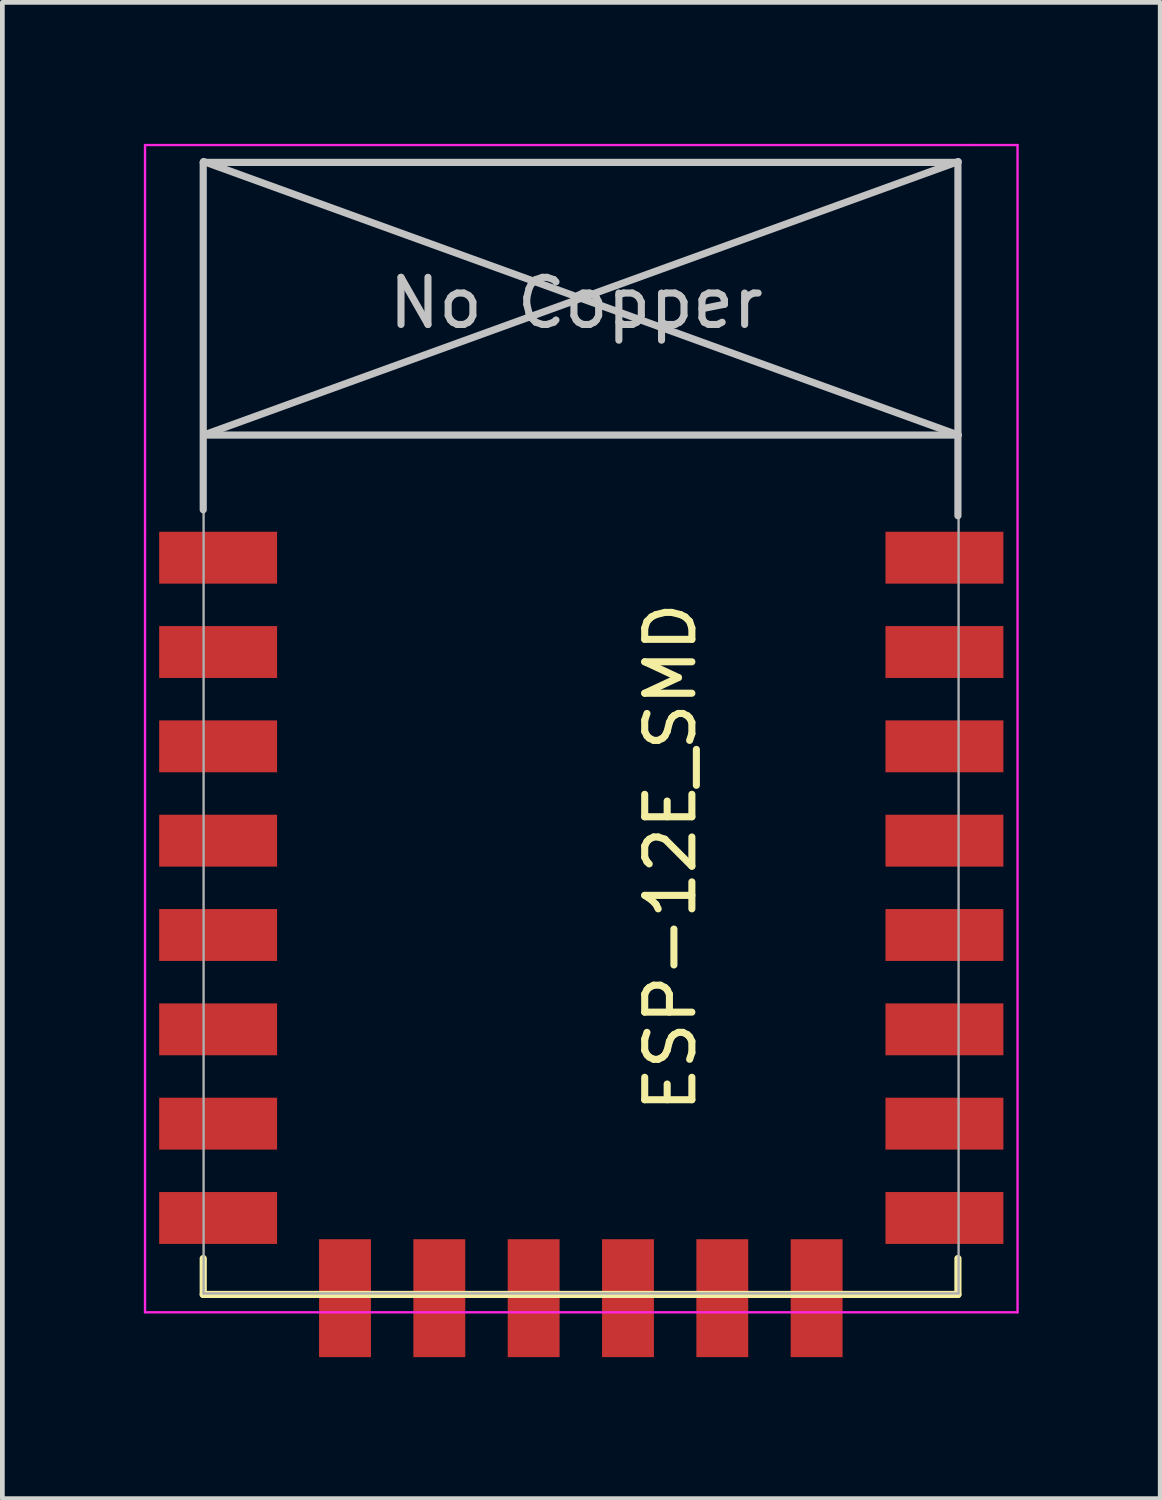
<source format=kicad_pcb>
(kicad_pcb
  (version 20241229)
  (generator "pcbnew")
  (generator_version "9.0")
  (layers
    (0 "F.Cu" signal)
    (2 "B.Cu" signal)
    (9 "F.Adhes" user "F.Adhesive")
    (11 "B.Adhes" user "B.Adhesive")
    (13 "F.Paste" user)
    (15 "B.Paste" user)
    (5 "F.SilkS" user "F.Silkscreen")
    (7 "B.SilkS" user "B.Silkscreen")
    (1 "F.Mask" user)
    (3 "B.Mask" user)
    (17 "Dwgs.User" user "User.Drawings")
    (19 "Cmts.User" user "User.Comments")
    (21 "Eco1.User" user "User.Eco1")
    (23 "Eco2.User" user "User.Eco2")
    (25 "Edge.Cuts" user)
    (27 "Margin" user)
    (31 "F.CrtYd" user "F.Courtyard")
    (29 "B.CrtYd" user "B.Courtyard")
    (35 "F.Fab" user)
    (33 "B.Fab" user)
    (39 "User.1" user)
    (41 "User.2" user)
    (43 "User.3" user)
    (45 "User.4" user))
  (footprint "ESP-12E_SMD"
    (layer "F.Cu")
    (at 2.275 8.775)
    (property "Reference" "ESP-12E_SMD" (at 8.89 6.35 90) (layer "F.SilkS") (effects (font (size 1 1) (thickness 0.15))))
    (attr through_hole)
    (fp_line (start -1.016 14.859) (end -1.016 15.621) (stroke (width 0.152) (type solid)) (layer "F.SilkS"))
    (fp_line (start -1.016 15.621) (end 14.986 15.621) (stroke (width 0.152) (type solid)) (layer "F.SilkS"))
    (fp_line (start 14.986 15.621) (end 14.986 14.859) (stroke (width 0.152) (type solid)) (layer "F.SilkS"))
    (fp_line (start -1.016 -8.382) (end -1.016 -1.016) (stroke (width 0.152) (type solid)) (layer "Dwgs.User"))
    (fp_line (start -1.016 -8.382) (end 14.986 -8.382) (stroke (width 0.152) (type solid)) (layer "Dwgs.User"))
    (fp_line (start -1.008 -8.4) (end 14.992 -2.6) (stroke (width 0.152) (type solid)) (layer "Dwgs.User"))
    (fp_line (start -1.008 -2.6) (end 14.992 -2.6) (stroke (width 0.152) (type solid)) (layer "Dwgs.User"))
    (fp_line (start 14.986 -8.382) (end 14.986 -0.889) (stroke (width 0.152) (type solid)) (layer "Dwgs.User"))
    (fp_line (start 14.992 -8.4) (end -1.008 -2.6) (stroke (width 0.152) (type solid)) (layer "Dwgs.User"))
    (fp_line (start -2.25 -8.75) (end 15.25 -8.75) (stroke (width 0.05) (type solid)) (layer "F.CrtYd"))
    (fp_line (start -2.25 -0.5) (end -2.25 -8.75) (stroke (width 0.05) (type solid)) (layer "F.CrtYd"))
    (fp_line (start -2.25 16) (end -2.25 -0.5) (stroke (width 0.05) (type solid)) (layer "F.CrtYd"))
    (fp_line (start 15.25 -8.75) (end 16.25 -8.75) (stroke (width 0.05) (type solid)) (layer "F.CrtYd"))
    (fp_line (start 16.25 -8.75) (end 16.25 16) (stroke (width 0.05) (type solid)) (layer "F.CrtYd"))
    (fp_line (start 16.25 16) (end -2.25 16) (stroke (width 0.05) (type solid)) (layer "F.CrtYd"))
    (fp_line (start -1.008 -8.4) (end 14.992 -8.4) (stroke (width 0.05) (type solid)) (layer "F.Fab"))
    (fp_line (start -1.008 15.6) (end -1.008 -8.4) (stroke (width 0.05) (type solid)) (layer "F.Fab"))
    (fp_line (start 14.992 15.6) (end -1.008 15.6) (stroke (width 0.05) (type solid)) (layer "F.Fab"))
    (fp_line (start 15 -8.4) (end 15 15.6) (stroke (width 0.05) (type solid)) (layer "F.Fab"))
    (fp_text user "No Copper" (at 6.892 -5.4 0) (layer "Dwgs.User") (effects (font (size 1 1) (thickness 0.15))))
    (pad "1" smd rect (at 0 0) (size 2.5 1.1) (drill (offset -0.7 0)) (layers "F.Cu" "F.Mask" "F.Paste"))
    (pad "2" smd rect (at 0 2) (size 2.5 1.1) (drill (offset -0.7 0)) (layers "F.Cu" "F.Mask" "F.Paste"))
    (pad "3" smd rect (at 0 4) (size 2.5 1.1) (drill (offset -0.7 0)) (layers "F.Cu" "F.Mask" "F.Paste"))
    (pad "4" smd rect (at 0 6) (size 2.5 1.1) (drill (offset -0.7 0)) (layers "F.Cu" "F.Mask" "F.Paste"))
    (pad "5" smd rect (at 0 8) (size 2.5 1.1) (drill (offset -0.7 0)) (layers "F.Cu" "F.Mask" "F.Paste"))
    (pad "6" smd rect (at 0 10) (size 2.5 1.1) (drill (offset -0.7 0)) (layers "F.Cu" "F.Mask" "F.Paste"))
    (pad "7" smd rect (at 0 12) (size 2.5 1.1) (drill (offset -0.7 0)) (layers "F.Cu" "F.Mask" "F.Paste"))
    (pad "8" smd rect (at 0 14) (size 2.5 1.1) (drill (offset -0.7 0)) (layers "F.Cu" "F.Mask" "F.Paste"))
    (pad "9" smd rect (at 14 14) (size 2.5 1.1) (drill (offset 0.7 0)) (layers "F.Cu" "F.Mask" "F.Paste"))
    (pad "10" smd rect (at 14 12) (size 2.5 1.1) (drill (offset 0.7 0)) (layers "F.Cu" "F.Mask" "F.Paste"))
    (pad "11" smd rect (at 14 10) (size 2.5 1.1) (drill (offset 0.7 0)) (layers "F.Cu" "F.Mask" "F.Paste"))
    (pad "12" smd rect (at 14 8) (size 2.5 1.1) (drill (offset 0.7 0)) (layers "F.Cu" "F.Mask" "F.Paste"))
    (pad "13" smd rect (at 14 6) (size 2.5 1.1) (drill (offset 0.7 0)) (layers "F.Cu" "F.Mask" "F.Paste"))
    (pad "14" smd rect (at 14 4) (size 2.5 1.1) (drill (offset 0.7 0)) (layers "F.Cu" "F.Mask" "F.Paste"))
    (pad "15" smd rect (at 14 2) (size 2.5 1.1) (drill (offset 0.7 0)) (layers "F.Cu" "F.Mask" "F.Paste"))
    (pad "16" smd rect (at 14 0) (size 2.5 1.1) (drill (offset 0.7 0)) (layers "F.Cu" "F.Mask" "F.Paste"))
    (pad "17" smd rect (at 1.99 15 90) (size 2.5 1.1) (drill (offset -0.7 0)) (layers "F.Cu" "F.Mask" "F.Paste"))
    (pad "18" smd rect (at 3.99 15 90) (size 2.5 1.1) (drill (offset -0.7 0)) (layers "F.Cu" "F.Mask" "F.Paste"))
    (pad "19" smd rect (at 5.99 15 90) (size 2.5 1.1) (drill (offset -0.7 0)) (layers "F.Cu" "F.Mask" "F.Paste"))
    (pad "20" smd rect (at 7.99 15 90) (size 2.5 1.1) (drill (offset -0.7 0)) (layers "F.Cu" "F.Mask" "F.Paste"))
    (pad "21" smd rect (at 9.99 15 90) (size 2.5 1.1) (drill (offset -0.7 0)) (layers "F.Cu" "F.Mask" "F.Paste"))
    (pad "22" smd rect (at 11.99 15 90) (size 2.5 1.1) (drill (offset -0.7 0)) (layers "F.Cu" "F.Mask" "F.Paste")))
  (gr_rect
    (start -3 -3)
    (end 21.55 28.725)
    (stroke (width 0.1) (type default))
    (fill no)
    (layer "Edge.Cuts")))
</source>
